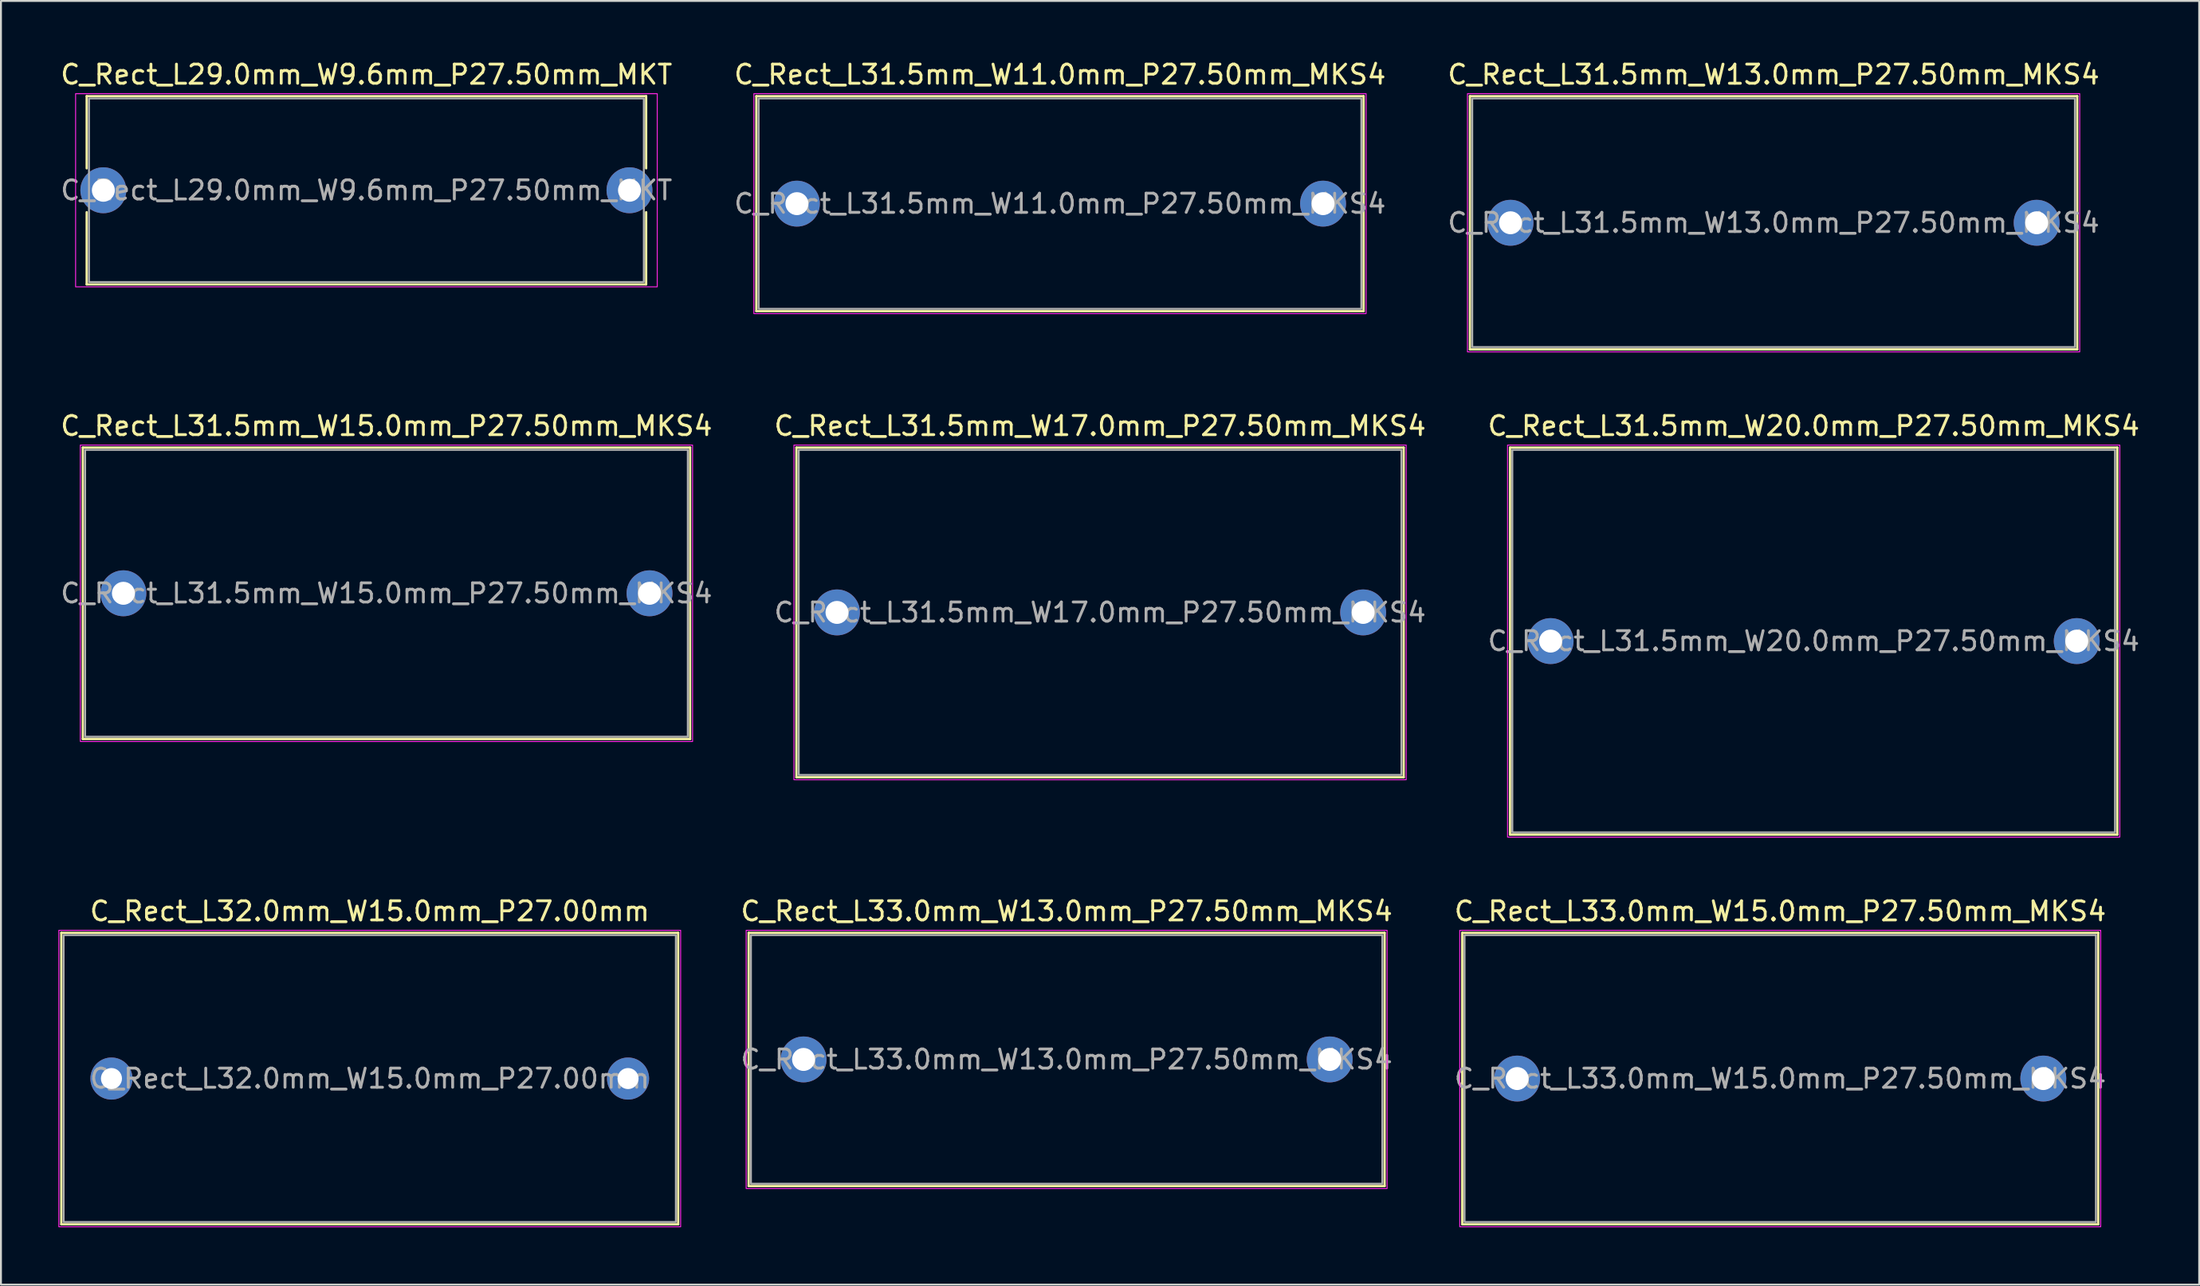
<source format=kicad_pcb>
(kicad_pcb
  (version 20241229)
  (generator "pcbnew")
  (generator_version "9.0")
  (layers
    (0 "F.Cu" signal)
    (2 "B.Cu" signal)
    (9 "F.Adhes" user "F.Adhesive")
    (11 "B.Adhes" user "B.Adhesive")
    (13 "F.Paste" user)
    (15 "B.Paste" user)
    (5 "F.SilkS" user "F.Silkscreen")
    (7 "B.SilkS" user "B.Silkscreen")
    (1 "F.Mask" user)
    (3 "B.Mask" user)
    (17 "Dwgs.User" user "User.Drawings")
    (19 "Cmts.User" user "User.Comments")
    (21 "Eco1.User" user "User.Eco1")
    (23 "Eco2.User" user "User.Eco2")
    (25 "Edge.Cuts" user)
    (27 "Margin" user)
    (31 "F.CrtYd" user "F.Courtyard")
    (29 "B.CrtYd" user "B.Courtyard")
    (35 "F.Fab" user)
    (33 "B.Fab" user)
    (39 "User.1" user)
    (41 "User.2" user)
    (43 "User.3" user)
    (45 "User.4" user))
  (footprint "C_Rect_L31.5mm_W11.0mm_P27.50mm_MKS4"
    (layer "F.Cu")
    (at 38.601 7.598)
    (property "Reference" "C_Rect_L31.5mm_W11.0mm_P27.50mm_MKS4" (at 13.75 -6.75 0) (layer "F.SilkS") (effects (font (size 1 1) (thickness 0.15))))
    (attr through_hole)
    (fp_line (start -2.12 -5.62) (end -2.12 5.62) (stroke (width 0.12) (type solid)) (layer "F.SilkS"))
    (fp_line (start -2.12 -5.62) (end 29.62 -5.62) (stroke (width 0.12) (type solid)) (layer "F.SilkS"))
    (fp_line (start -2.12 5.62) (end 29.62 5.62) (stroke (width 0.12) (type solid)) (layer "F.SilkS"))
    (fp_line (start 29.62 -5.62) (end 29.62 5.62) (stroke (width 0.12) (type solid)) (layer "F.SilkS"))
    (fp_rect (start -2.25 -5.75) (end 29.75 5.75) (stroke (width 0.05) (type solid)) (fill no) (layer "F.CrtYd"))
    (fp_rect (start -2 -5.5) (end 29.5 5.5) (stroke (width 0.1) (type solid)) (fill no) (layer "F.Fab"))
    (fp_text user "${REFERENCE}" (at 13.75 0 0) (layer "F.Fab") (effects (font (size 1 1) (thickness 0.15))))
    (pad "1" thru_hole circle (at 0 0) (size 2.4 2.4) (drill 1.2) (layers "*.Cu" "*.Mask"))
    (pad "2" thru_hole circle (at 27.5 0) (size 2.4 2.4) (drill 1.2) (layers "*.Cu" "*.Mask")))
  (footprint "C_Rect_L32.0mm_W15.0mm_P27.00mm"
    (layer "F.Cu")
    (at 2.775 53.345)
    (property "Reference" "C_Rect_L32.0mm_W15.0mm_P27.00mm" (at 13.5 -8.75 0) (layer "F.SilkS") (effects (font (size 1 1) (thickness 0.15))))
    (attr through_hole)
    (fp_line (start -2.62 -7.62) (end -2.62 7.62) (stroke (width 0.12) (type solid)) (layer "F.SilkS"))
    (fp_line (start -2.62 -7.62) (end 29.62 -7.62) (stroke (width 0.12) (type solid)) (layer "F.SilkS"))
    (fp_line (start -2.62 7.62) (end 29.62 7.62) (stroke (width 0.12) (type solid)) (layer "F.SilkS"))
    (fp_line (start 29.62 -7.62) (end 29.62 7.62) (stroke (width 0.12) (type solid)) (layer "F.SilkS"))
    (fp_rect (start -2.75 -7.75) (end 29.75 7.75) (stroke (width 0.05) (type solid)) (fill no) (layer "F.CrtYd"))
    (fp_rect (start -2.5 -7.5) (end 29.5 7.5) (stroke (width 0.1) (type solid)) (fill no) (layer "F.Fab"))
    (fp_text user "${REFERENCE}" (at 13.5 0 0) (layer "F.Fab") (effects (font (size 1 1) (thickness 0.15))))
    (pad "1" thru_hole circle (at 0 0) (size 2.2 2.2) (drill 1.1) (layers "*.Cu" "*.Mask"))
    (pad "2" thru_hole circle (at 27 0) (size 2.2 2.2) (drill 1.1) (layers "*.Cu" "*.Mask")))
  (footprint "C_Rect_L33.0mm_W13.0mm_P27.50mm_MKS4"
    (layer "F.Cu")
    (at 38.949 52.345)
    (property "Reference" "C_Rect_L33.0mm_W13.0mm_P27.50mm_MKS4" (at 13.75 -7.75 0) (layer "F.SilkS") (effects (font (size 1 1) (thickness 0.15))))
    (attr through_hole)
    (fp_line (start -2.87 -6.62) (end -2.87 6.62) (stroke (width 0.12) (type solid)) (layer "F.SilkS"))
    (fp_line (start -2.87 -6.62) (end 30.37 -6.62) (stroke (width 0.12) (type solid)) (layer "F.SilkS"))
    (fp_line (start -2.87 6.62) (end 30.37 6.62) (stroke (width 0.12) (type solid)) (layer "F.SilkS"))
    (fp_line (start 30.37 -6.62) (end 30.37 6.62) (stroke (width 0.12) (type solid)) (layer "F.SilkS"))
    (fp_rect (start -3 -6.75) (end 30.5 6.75) (stroke (width 0.05) (type solid)) (fill no) (layer "F.CrtYd"))
    (fp_rect (start -2.75 -6.5) (end 30.25 6.5) (stroke (width 0.1) (type solid)) (fill no) (layer "F.Fab"))
    (fp_text user "${REFERENCE}" (at 13.75 0 0) (layer "F.Fab") (effects (font (size 1 1) (thickness 0.15))))
    (pad "1" thru_hole circle (at 0 0) (size 2.4 2.4) (drill 1.2) (layers "*.Cu" "*.Mask"))
    (pad "2" thru_hole circle (at 27.5 0) (size 2.4 2.4) (drill 1.2) (layers "*.Cu" "*.Mask")))
  (footprint "C_Rect_L31.5mm_W17.0mm_P27.50mm_MKS4"
    (layer "F.Cu")
    (at 40.696 28.971)
    (property "Reference" "C_Rect_L31.5mm_W17.0mm_P27.50mm_MKS4" (at 13.75 -9.75 0) (layer "F.SilkS") (effects (font (size 1 1) (thickness 0.15))))
    (attr through_hole)
    (fp_line (start -2.12 -8.62) (end -2.12 8.62) (stroke (width 0.12) (type solid)) (layer "F.SilkS"))
    (fp_line (start -2.12 -8.62) (end 29.62 -8.62) (stroke (width 0.12) (type solid)) (layer "F.SilkS"))
    (fp_line (start -2.12 8.62) (end 29.62 8.62) (stroke (width 0.12) (type solid)) (layer "F.SilkS"))
    (fp_line (start 29.62 -8.62) (end 29.62 8.62) (stroke (width 0.12) (type solid)) (layer "F.SilkS"))
    (fp_rect (start -2.25 -8.75) (end 29.75 8.75) (stroke (width 0.05) (type solid)) (fill no) (layer "F.CrtYd"))
    (fp_rect (start -2 -8.5) (end 29.5 8.5) (stroke (width 0.1) (type solid)) (fill no) (layer "F.Fab"))
    (fp_text user "${REFERENCE}" (at 13.75 0 0) (layer "F.Fab") (effects (font (size 1 1) (thickness 0.15))))
    (pad "1" thru_hole circle (at 0 0) (size 2.4 2.4) (drill 1.2) (layers "*.Cu" "*.Mask"))
    (pad "2" thru_hole circle (at 27.5 0) (size 2.4 2.4) (drill 1.2) (layers "*.Cu" "*.Mask")))
  (footprint "C_Rect_L33.0mm_W15.0mm_P27.50mm_MKS4"
    (layer "F.Cu")
    (at 76.246 53.345)
    (property "Reference" "C_Rect_L33.0mm_W15.0mm_P27.50mm_MKS4" (at 13.75 -8.75 0) (layer "F.SilkS") (effects (font (size 1 1) (thickness 0.15))))
    (attr through_hole)
    (fp_line (start -2.87 -7.62) (end -2.87 7.62) (stroke (width 0.12) (type solid)) (layer "F.SilkS"))
    (fp_line (start -2.87 -7.62) (end 30.37 -7.62) (stroke (width 0.12) (type solid)) (layer "F.SilkS"))
    (fp_line (start -2.87 7.62) (end 30.37 7.62) (stroke (width 0.12) (type solid)) (layer "F.SilkS"))
    (fp_line (start 30.37 -7.62) (end 30.37 7.62) (stroke (width 0.12) (type solid)) (layer "F.SilkS"))
    (fp_rect (start -3 -7.75) (end 30.5 7.75) (stroke (width 0.05) (type solid)) (fill no) (layer "F.CrtYd"))
    (fp_rect (start -2.75 -7.5) (end 30.25 7.5) (stroke (width 0.1) (type solid)) (fill no) (layer "F.Fab"))
    (fp_text user "${REFERENCE}" (at 13.75 0 0) (layer "F.Fab") (effects (font (size 1 1) (thickness 0.15))))
    (pad "1" thru_hole circle (at 0 0) (size 2.4 2.4) (drill 1.2) (layers "*.Cu" "*.Mask"))
    (pad "2" thru_hole circle (at 27.5 0) (size 2.4 2.4) (drill 1.2) (layers "*.Cu" "*.Mask")))
  (footprint "C_Rect_L31.5mm_W15.0mm_P27.50mm_MKS4"
    (layer "F.Cu")
    (at 3.399 27.971)
    (property "Reference" "C_Rect_L31.5mm_W15.0mm_P27.50mm_MKS4" (at 13.75 -8.75 0) (layer "F.SilkS") (effects (font (size 1 1) (thickness 0.15))))
    (attr through_hole)
    (fp_line (start -2.12 -7.62) (end -2.12 7.62) (stroke (width 0.12) (type solid)) (layer "F.SilkS"))
    (fp_line (start -2.12 -7.62) (end 29.62 -7.62) (stroke (width 0.12) (type solid)) (layer "F.SilkS"))
    (fp_line (start -2.12 7.62) (end 29.62 7.62) (stroke (width 0.12) (type solid)) (layer "F.SilkS"))
    (fp_line (start 29.62 -7.62) (end 29.62 7.62) (stroke (width 0.12) (type solid)) (layer "F.SilkS"))
    (fp_rect (start -2.25 -7.75) (end 29.75 7.75) (stroke (width 0.05) (type solid)) (fill no) (layer "F.CrtYd"))
    (fp_rect (start -2 -7.5) (end 29.5 7.5) (stroke (width 0.1) (type solid)) (fill no) (layer "F.Fab"))
    (fp_text user "${REFERENCE}" (at 13.75 0 0) (layer "F.Fab") (effects (font (size 1 1) (thickness 0.15))))
    (pad "1" thru_hole circle (at 0 0) (size 2.4 2.4) (drill 1.2) (layers "*.Cu" "*.Mask"))
    (pad "2" thru_hole circle (at 27.5 0) (size 2.4 2.4) (drill 1.2) (layers "*.Cu" "*.Mask")))
  (footprint "C_Rect_L31.5mm_W20.0mm_P27.50mm_MKS4"
    (layer "F.Cu")
    (at 77.994 30.471)
    (property "Reference" "C_Rect_L31.5mm_W20.0mm_P27.50mm_MKS4" (at 13.75 -11.25 0) (layer "F.SilkS") (effects (font (size 1 1) (thickness 0.15))))
    (attr through_hole)
    (fp_line (start -2.12 -10.12) (end -2.12 10.12) (stroke (width 0.12) (type solid)) (layer "F.SilkS"))
    (fp_line (start -2.12 -10.12) (end 29.62 -10.12) (stroke (width 0.12) (type solid)) (layer "F.SilkS"))
    (fp_line (start -2.12 10.12) (end 29.62 10.12) (stroke (width 0.12) (type solid)) (layer "F.SilkS"))
    (fp_line (start 29.62 -10.12) (end 29.62 10.12) (stroke (width 0.12) (type solid)) (layer "F.SilkS"))
    (fp_rect (start -2.25 -10.25) (end 29.75 10.25) (stroke (width 0.05) (type solid)) (fill no) (layer "F.CrtYd"))
    (fp_rect (start -2 -10) (end 29.5 10) (stroke (width 0.1) (type solid)) (fill no) (layer "F.Fab"))
    (fp_text user "${REFERENCE}" (at 13.75 0 0) (layer "F.Fab") (effects (font (size 1 1) (thickness 0.15))))
    (pad "1" thru_hole circle (at 0 0) (size 2.4 2.4) (drill 1.2) (layers "*.Cu" "*.Mask"))
    (pad "2" thru_hole circle (at 27.5 0) (size 2.4 2.4) (drill 1.2) (layers "*.Cu" "*.Mask")))
  (footprint "C_Rect_L29.0mm_W9.6mm_P27.50mm_MKT"
    (layer "F.Cu")
    (at 2.351 6.898)
    (property "Reference" "C_Rect_L29.0mm_W9.6mm_P27.50mm_MKT" (at 13.75 -6.05 0) (layer "F.SilkS") (effects (font (size 1 1) (thickness 0.15))))
    (attr through_hole)
    (fp_line (start -0.87 -4.92) (end -0.87 -1.147) (stroke (width 0.12) (type solid)) (layer "F.SilkS"))
    (fp_line (start -0.87 -4.92) (end 28.37 -4.92) (stroke (width 0.12) (type solid)) (layer "F.SilkS"))
    (fp_line (start -0.87 1.147) (end -0.87 4.92) (stroke (width 0.12) (type solid)) (layer "F.SilkS"))
    (fp_line (start -0.87 4.92) (end 28.37 4.92) (stroke (width 0.12) (type solid)) (layer "F.SilkS"))
    (fp_line (start 28.37 -4.92) (end 28.37 -1.147) (stroke (width 0.12) (type solid)) (layer "F.SilkS"))
    (fp_line (start 28.37 1.147) (end 28.37 4.92) (stroke (width 0.12) (type solid)) (layer "F.SilkS"))
    (fp_rect (start -1.45 -5.05) (end 28.95 5.05) (stroke (width 0.05) (type solid)) (fill no) (layer "F.CrtYd"))
    (fp_rect (start -0.75 -4.8) (end 28.25 4.8) (stroke (width 0.1) (type solid)) (fill no) (layer "F.Fab"))
    (fp_text user "${REFERENCE}" (at 13.75 0 0) (layer "F.Fab") (effects (font (size 1 1) (thickness 0.15))))
    (pad "1" thru_hole circle (at 0 0) (size 2.4 2.4) (drill 1.2) (layers "*.Cu" "*.Mask"))
    (pad "2" thru_hole circle (at 27.5 0) (size 2.4 2.4) (drill 1.2) (layers "*.Cu" "*.Mask")))
  (footprint "C_Rect_L31.5mm_W13.0mm_P27.50mm_MKS4"
    (layer "F.Cu")
    (at 75.899 8.598)
    (property "Reference" "C_Rect_L31.5mm_W13.0mm_P27.50mm_MKS4" (at 13.75 -7.75 0) (layer "F.SilkS") (effects (font (size 1 1) (thickness 0.15))))
    (attr through_hole)
    (fp_line (start -2.12 -6.62) (end -2.12 6.62) (stroke (width 0.12) (type solid)) (layer "F.SilkS"))
    (fp_line (start -2.12 -6.62) (end 29.62 -6.62) (stroke (width 0.12) (type solid)) (layer "F.SilkS"))
    (fp_line (start -2.12 6.62) (end 29.62 6.62) (stroke (width 0.12) (type solid)) (layer "F.SilkS"))
    (fp_line (start 29.62 -6.62) (end 29.62 6.62) (stroke (width 0.12) (type solid)) (layer "F.SilkS"))
    (fp_rect (start -2.25 -6.75) (end 29.75 6.75) (stroke (width 0.05) (type solid)) (fill no) (layer "F.CrtYd"))
    (fp_rect (start -2 -6.5) (end 29.5 6.5) (stroke (width 0.1) (type solid)) (fill no) (layer "F.Fab"))
    (fp_text user "${REFERENCE}" (at 13.75 0 0) (layer "F.Fab") (effects (font (size 1 1) (thickness 0.15))))
    (pad "1" thru_hole circle (at 0 0) (size 2.4 2.4) (drill 1.2) (layers "*.Cu" "*.Mask"))
    (pad "2" thru_hole circle (at 27.5 0) (size 2.4 2.4) (drill 1.2) (layers "*.Cu" "*.Mask")))
  (gr_rect
    (start -3 -3)
    (end 111.893 64.12)
    (stroke (width 0.1) (type default))
    (fill no)
    (layer "Edge.Cuts")))
</source>
